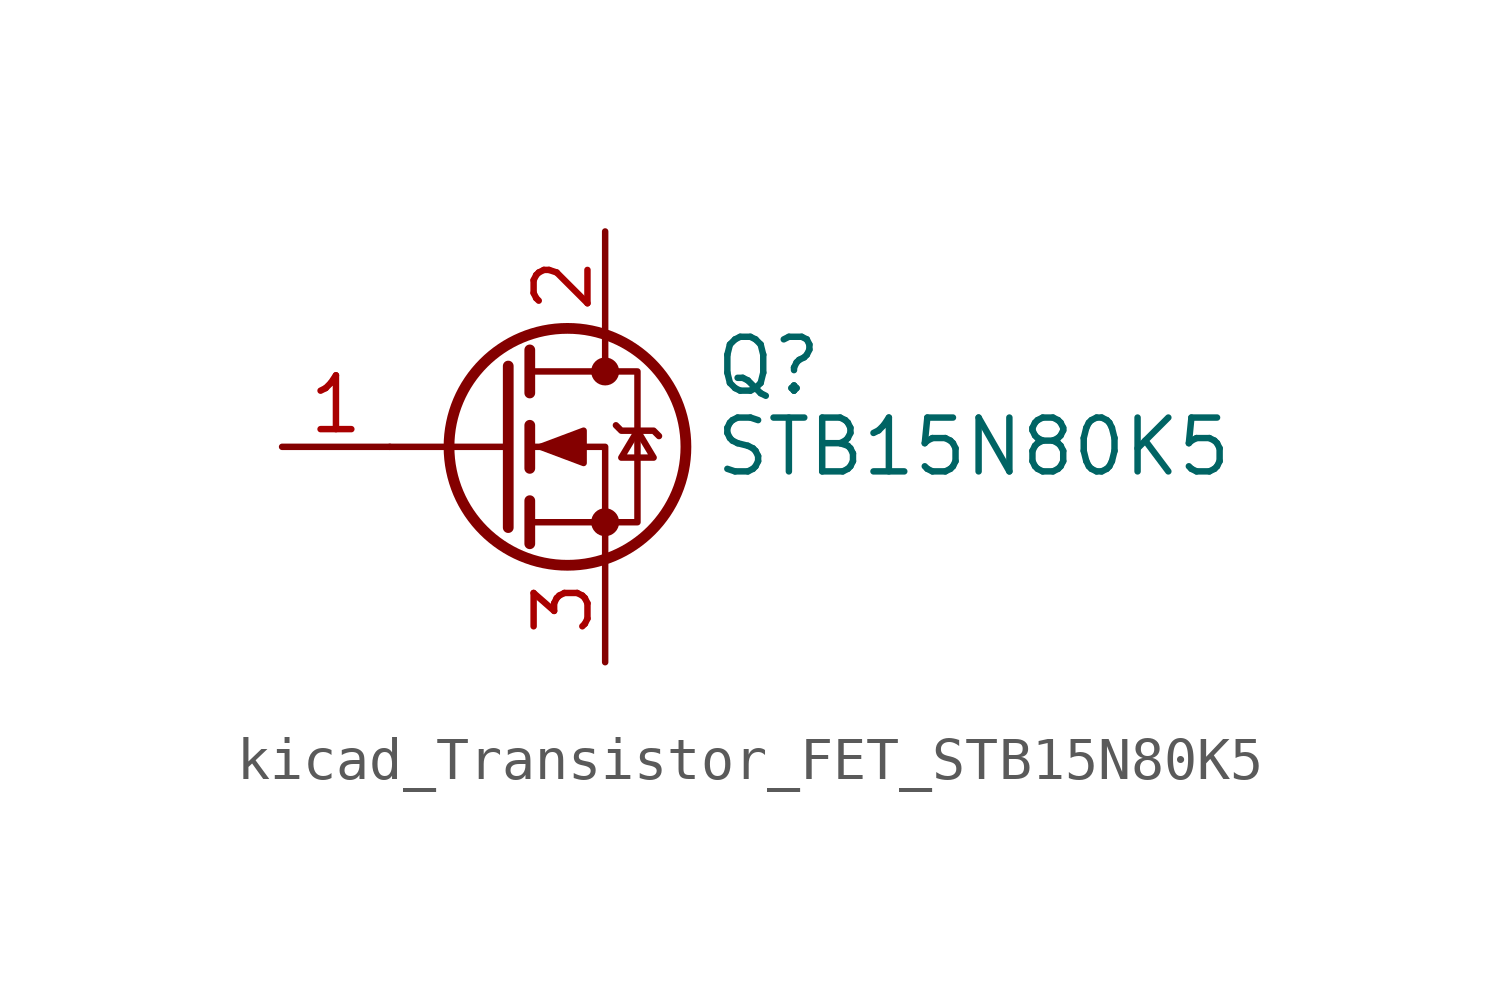
<source format=kicad_sym>
(kicad_symbol_lib
  (version 20220914)
  (generator kicad_symbol_editor)
  (symbol "kicad_Transistor_FET_STB15N80K5"
    (pin_names hide)
    (property "Reference" "Q"
      (at 5.08 1.905 0)
      (effects (font (size 1.27 1.27)) (justify left)))
    (property "Value" "STB15N80K5"
      (at 5.08 0 0)
      (effects (font (size 1.27 1.27)) (justify left)))
    (symbol "kicad_Transistor_FET_STB15N80K5_0_1"
      (polyline (pts (xy 0.254 0) (xy -2.54 0)) (stroke (width 0) (type default)) (fill (type none)))
      (polyline (pts (xy 0.254 1.905) (xy 0.254 -1.905)) (stroke (width 0.254) (type default)) (fill (type none)))
      (polyline (pts (xy 0.762 -1.27) (xy 0.762 -2.286)) (stroke (width 0.254) (type default)) (fill (type none)))
      (polyline (pts (xy 0.762 0.508) (xy 0.762 -0.508)) (stroke (width 0.254) (type default)) (fill (type none)))
      (polyline (pts (xy 0.762 2.286) (xy 0.762 1.27)) (stroke (width 0.254) (type default)) (fill (type none)))
      (polyline (pts (xy 2.54 2.54) (xy 2.54 1.778)) (stroke (width 0) (type default)) (fill (type none)))
      (polyline (pts (xy 2.54 -2.54) (xy 2.54 0) (xy 0.762 0)) (stroke (width 0) (type default)) (fill (type none)))
      (polyline (pts (xy 0.762 -1.778) (xy 3.302 -1.778) (xy 3.302 1.778) (xy 0.762 1.778)) (stroke (width 0) (type default)) (fill (type none)))
      (polyline (pts (xy 1.016 0) (xy 2.032 0.381) (xy 2.032 -0.381) (xy 1.016 0)) (stroke (width 0) (type default)) (fill (type outline)))
      (polyline (pts (xy 2.794 0.508) (xy 2.921 0.381) (xy 3.683 0.381) (xy 3.81 0.254)) (stroke (width 0) (type default)) (fill (type none)))
      (polyline (pts (xy 3.302 0.381) (xy 2.921 -0.254) (xy 3.683 -0.254) (xy 3.302 0.381)) (stroke (width 0) (type default)) (fill (type none)))
      (circle (center 1.651 0) (radius 2.794) (stroke (width 0.254) (type default)) (fill (type none)))
      (circle (center 2.54 -1.778) (radius 0.254) (stroke (width 0) (type default)) (fill (type outline)))
      (circle (center 2.54 1.778) (radius 0.254) (stroke (width 0) (type default)) (fill (type outline))))
    (symbol "kicad_Transistor_FET_STB15N80K5_1_1"
      (pin passive line (at -5.08 0 0) (length 2.54) (name "G" (effects (font (size 1.27 1.27)))) (number "1" (effects (font (size 1.27 1.27)))))
      (pin passive line (at 2.54 5.08 270) (length 2.54) (name "D" (effects (font (size 1.27 1.27)))) (number "2" (effects (font (size 1.27 1.27)))))
      (pin passive line (at 2.54 -5.08 90) (length 2.54) (name "S" (effects (font (size 1.27 1.27)))) (number "3" (effects (font (size 1.27 1.27))))))))
</source>
